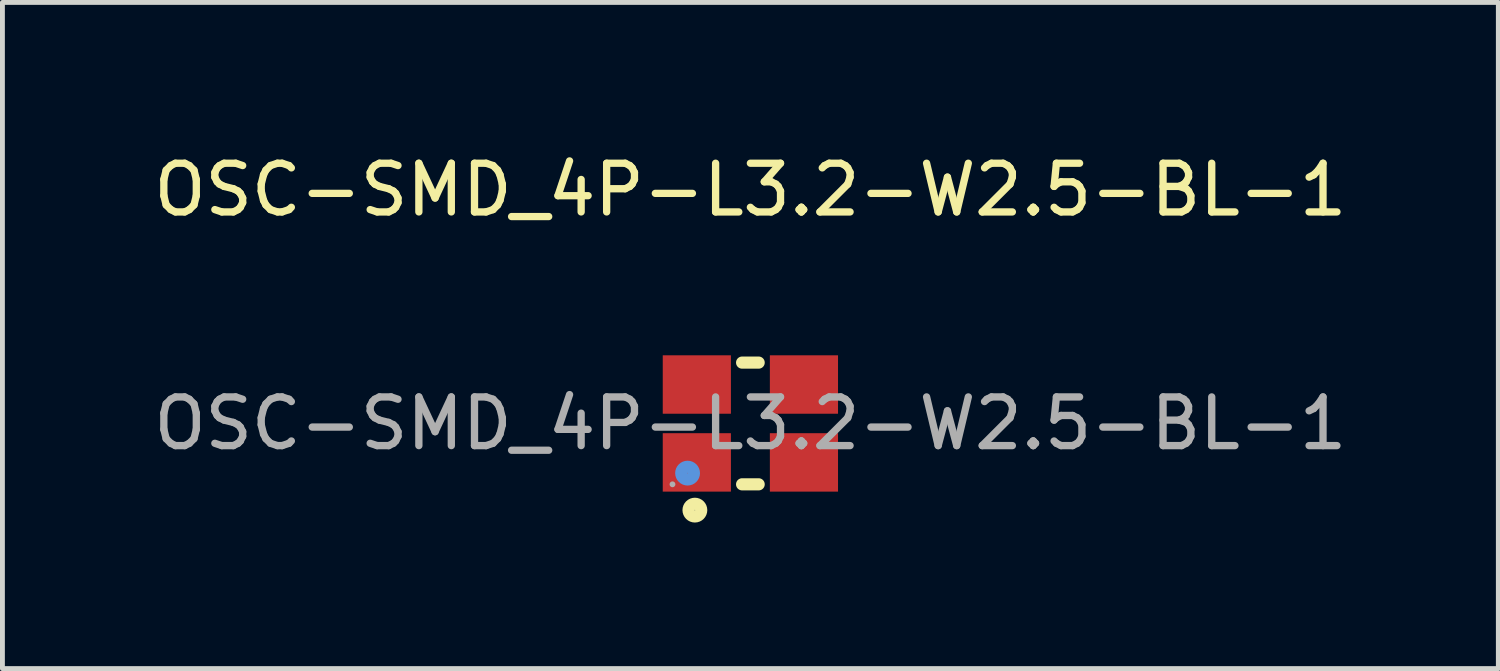
<source format=kicad_pcb>
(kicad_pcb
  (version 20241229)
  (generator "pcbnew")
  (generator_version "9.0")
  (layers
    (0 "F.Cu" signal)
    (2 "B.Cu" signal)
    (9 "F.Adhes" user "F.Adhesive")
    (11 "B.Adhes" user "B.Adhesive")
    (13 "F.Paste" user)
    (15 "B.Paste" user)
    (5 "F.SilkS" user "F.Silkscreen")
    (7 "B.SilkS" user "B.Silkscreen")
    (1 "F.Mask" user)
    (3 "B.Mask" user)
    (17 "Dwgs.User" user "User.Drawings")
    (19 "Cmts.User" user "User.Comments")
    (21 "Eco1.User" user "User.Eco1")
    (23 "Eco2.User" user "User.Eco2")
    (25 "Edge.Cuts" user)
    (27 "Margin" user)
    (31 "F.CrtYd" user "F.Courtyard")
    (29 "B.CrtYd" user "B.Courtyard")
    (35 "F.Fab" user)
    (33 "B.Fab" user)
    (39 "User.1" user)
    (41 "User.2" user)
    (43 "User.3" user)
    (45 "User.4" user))
  (footprint "OSC-SMD_4P-L3.2-W2.5-BL-1"
    (layer "F.Cu")
    (at 12.363 5.648)
    (property "Reference" "OSC-SMD_4P-L3.2-W2.5-BL-1" (at 0 -4.8 0) (layer "F.SilkS") (effects (font (size 1 1) (thickness 0.15))))
    (attr through_hole)
    (fp_line (start -0.17 -1.25) (end 0.17 -1.25) (stroke (width 0.25) (type solid)) (layer "F.SilkS"))
    (fp_line (start -0.17 1.25) (end 0.17 1.25) (stroke (width 0.25) (type solid)) (layer "F.SilkS"))
    (fp_circle (center -1.14 1.78) (end -1.01 1.78) (stroke (width 0.25) (type solid)) (fill no) (layer "F.SilkS"))
    (fp_circle (center -1.29 1.02) (end -1.16 1.02) (stroke (width 0.25) (type solid)) (fill no) (layer "Cmts.User"))
    (fp_circle (center -1.6 1.25) (end -1.57 1.25) (stroke (width 0.06) (type solid)) (fill no) (layer "F.Fab"))
    (fp_text user "${REFERENCE}" (at 0 0 0) (layer "F.Fab") (effects (font (size 1 1) (thickness 0.15))))
    (pad "1" smd rect (at -1.1 0.8) (size 1.4 1.2) (layers "F.Cu" "F.Mask" "F.Paste"))
    (pad "2" smd rect (at 1.1 0.8) (size 1.4 1.2) (layers "F.Cu" "F.Mask" "F.Paste"))
    (pad "3" smd rect (at 1.1 -0.8) (size 1.4 1.2) (layers "F.Cu" "F.Mask" "F.Paste"))
    (pad "4" smd rect (at -1.1 -0.8) (size 1.4 1.2) (layers "F.Cu" "F.Mask" "F.Paste")))
  (gr_rect
    (start -3 -3)
    (end 27.726 10.683)
    (stroke (width 0.1) (type default))
    (fill no)
    (layer "Edge.Cuts")))
</source>
